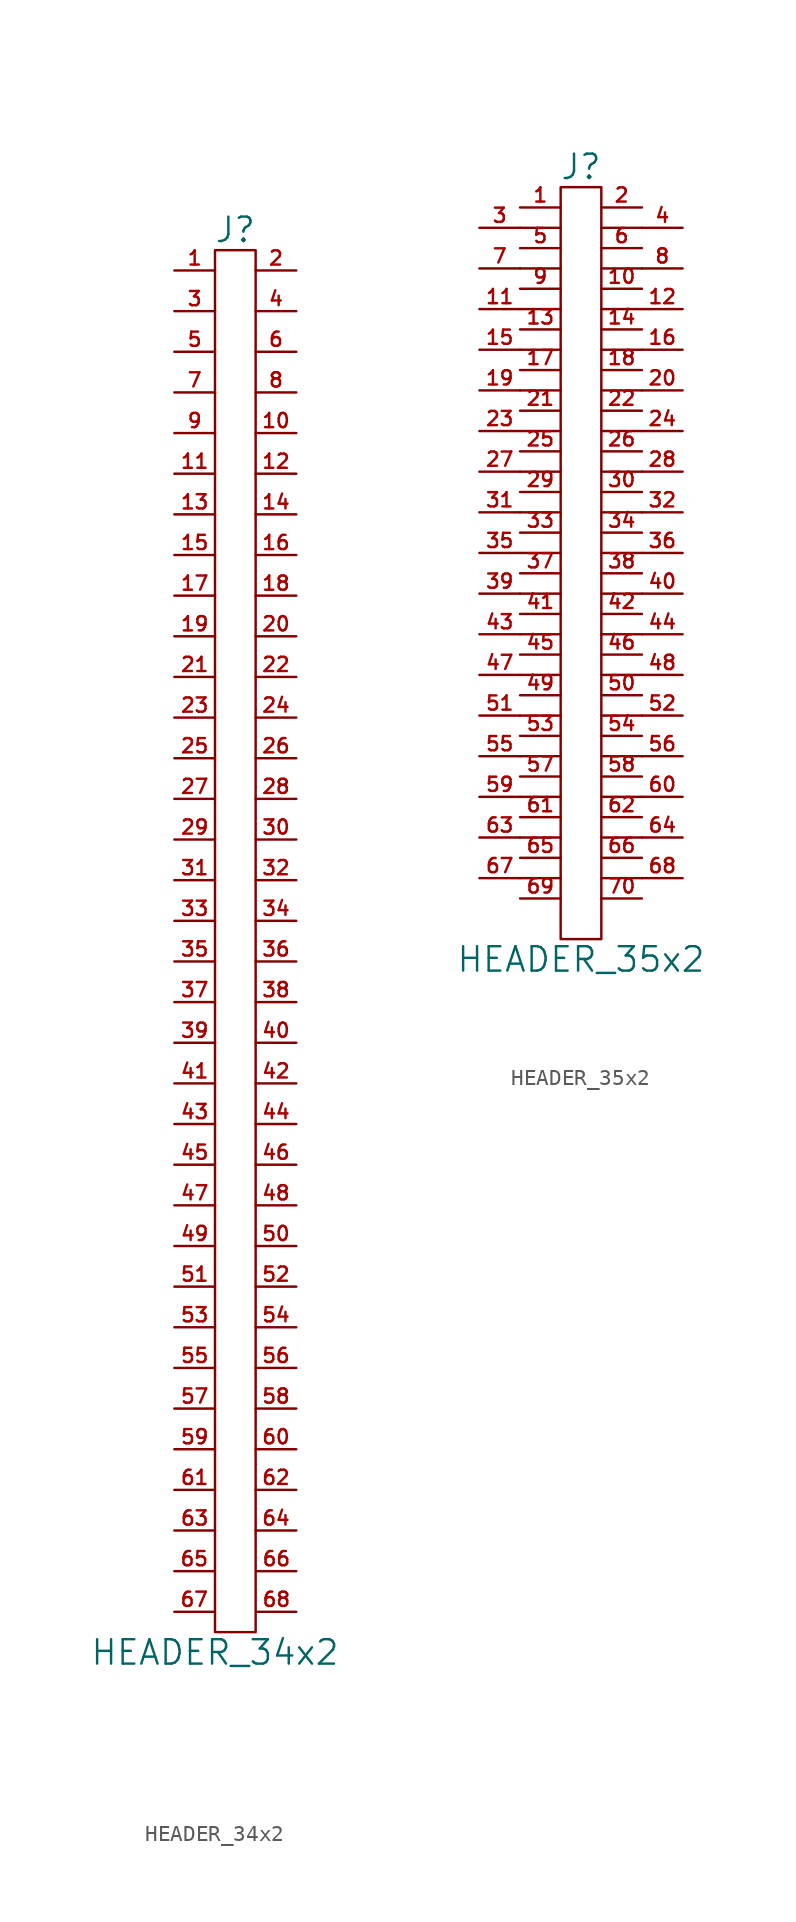
<source format=kicad_sym>
(kicad_symbol_lib
  (version 20220914)
  (generator kicad_symbol_editor)
  (symbol "HEADER_34x2"
    (pin_names
      (offset 0))
    (property "Reference" "J"
      (at 0 44.45 0)
      (effects (font (size 1.524 1.524))))
    (property "Value" "HEADER_34x2"
      (at -1.27 -44.45 0)
      (effects (font (size 1.524 1.524))))
    (property "Footprint" ""
      (at 0 0 0)
      (effects (font (size 1.524 1.524))))
    (property "Datasheet" ""
      (at 0 0 0)
      (effects (font (size 1.524 1.524))))
    (symbol "HEADER_34x2_0_1"
      (rectangle (start 1.27 -43.18) (end -1.27 43.18) (stroke (width 0) (type solid)) (fill (type none))))
    (symbol "HEADER_34x2_1_1"
      (pin passive line (at -3.81 41.91 0) (length 2.54) (name "~" (effects (font (size 1.27 1.27)))) (number "1" (effects (font (size 0.889 0.889)))))
      (pin passive line (at 3.81 31.75 180) (length 2.54) (name "~" (effects (font (size 1.27 1.27)))) (number "10" (effects (font (size 0.889 0.889)))))
      (pin passive line (at -3.81 29.21 0) (length 2.54) (name "~" (effects (font (size 1.27 1.27)))) (number "11" (effects (font (size 0.889 0.889)))))
      (pin passive line (at 3.81 29.21 180) (length 2.54) (name "~" (effects (font (size 1.27 1.27)))) (number "12" (effects (font (size 0.889 0.889)))))
      (pin passive line (at -3.81 26.67 0) (length 2.54) (name "~" (effects (font (size 1.27 1.27)))) (number "13" (effects (font (size 0.889 0.889)))))
      (pin passive line (at 3.81 26.67 180) (length 2.54) (name "~" (effects (font (size 1.27 1.27)))) (number "14" (effects (font (size 0.889 0.889)))))
      (pin passive line (at -3.81 24.13 0) (length 2.54) (name "~" (effects (font (size 1.27 1.27)))) (number "15" (effects (font (size 0.889 0.889)))))
      (pin passive line (at 3.81 24.13 180) (length 2.54) (name "~" (effects (font (size 1.27 1.27)))) (number "16" (effects (font (size 0.889 0.889)))))
      (pin passive line (at -3.81 21.59 0) (length 2.54) (name "~" (effects (font (size 1.27 1.27)))) (number "17" (effects (font (size 0.889 0.889)))))
      (pin passive line (at 3.81 21.59 180) (length 2.54) (name "~" (effects (font (size 1.27 1.27)))) (number "18" (effects (font (size 0.889 0.889)))))
      (pin passive line (at -3.81 19.05 0) (length 2.54) (name "~" (effects (font (size 1.27 1.27)))) (number "19" (effects (font (size 0.889 0.889)))))
      (pin passive line (at 3.81 41.91 180) (length 2.54) (name "~" (effects (font (size 1.27 1.27)))) (number "2" (effects (font (size 0.889 0.889)))))
      (pin passive line (at 3.81 19.05 180) (length 2.54) (name "~" (effects (font (size 1.27 1.27)))) (number "20" (effects (font (size 0.889 0.889)))))
      (pin passive line (at -3.81 16.51 0) (length 2.54) (name "~" (effects (font (size 1.27 1.27)))) (number "21" (effects (font (size 0.889 0.889)))))
      (pin passive line (at 3.81 16.51 180) (length 2.54) (name "~" (effects (font (size 1.27 1.27)))) (number "22" (effects (font (size 0.889 0.889)))))
      (pin passive line (at -3.81 13.97 0) (length 2.54) (name "~" (effects (font (size 1.27 1.27)))) (number "23" (effects (font (size 0.889 0.889)))))
      (pin passive line (at 3.81 13.97 180) (length 2.54) (name "~" (effects (font (size 1.27 1.27)))) (number "24" (effects (font (size 0.889 0.889)))))
      (pin passive line (at -3.81 11.43 0) (length 2.54) (name "~" (effects (font (size 1.27 1.27)))) (number "25" (effects (font (size 0.889 0.889)))))
      (pin passive line (at 3.81 11.43 180) (length 2.54) (name "~" (effects (font (size 1.27 1.27)))) (number "26" (effects (font (size 0.889 0.889)))))
      (pin passive line (at -3.81 8.89 0) (length 2.54) (name "~" (effects (font (size 1.27 1.27)))) (number "27" (effects (font (size 0.889 0.889)))))
      (pin passive line (at 3.81 8.89 180) (length 2.54) (name "~" (effects (font (size 1.27 1.27)))) (number "28" (effects (font (size 0.889 0.889)))))
      (pin passive line (at -3.81 6.35 0) (length 2.54) (name "~" (effects (font (size 1.27 1.27)))) (number "29" (effects (font (size 0.889 0.889)))))
      (pin passive line (at -3.81 39.37 0) (length 2.54) (name "~" (effects (font (size 1.27 1.27)))) (number "3" (effects (font (size 0.889 0.889)))))
      (pin passive line (at 3.81 6.35 180) (length 2.54) (name "~" (effects (font (size 1.27 1.27)))) (number "30" (effects (font (size 0.889 0.889)))))
      (pin passive line (at -3.81 3.81 0) (length 2.54) (name "~" (effects (font (size 1.27 1.27)))) (number "31" (effects (font (size 0.889 0.889)))))
      (pin passive line (at 3.81 3.81 180) (length 2.54) (name "~" (effects (font (size 1.27 1.27)))) (number "32" (effects (font (size 0.889 0.889)))))
      (pin passive line (at -3.81 1.27 0) (length 2.54) (name "~" (effects (font (size 1.27 1.27)))) (number "33" (effects (font (size 0.889 0.889)))))
      (pin passive line (at 3.81 1.27 180) (length 2.54) (name "~" (effects (font (size 1.27 1.27)))) (number "34" (effects (font (size 0.889 0.889)))))
      (pin passive line (at -3.81 -1.27 0) (length 2.54) (name "~" (effects (font (size 1.27 1.27)))) (number "35" (effects (font (size 0.889 0.889)))))
      (pin passive line (at 3.81 -1.27 180) (length 2.54) (name "~" (effects (font (size 1.27 1.27)))) (number "36" (effects (font (size 0.889 0.889)))))
      (pin passive line (at -3.81 -3.81 0) (length 2.54) (name "~" (effects (font (size 1.27 1.27)))) (number "37" (effects (font (size 0.889 0.889)))))
      (pin passive line (at 3.81 -3.81 180) (length 2.54) (name "~" (effects (font (size 1.27 1.27)))) (number "38" (effects (font (size 0.889 0.889)))))
      (pin passive line (at -3.81 -6.35 0) (length 2.54) (name "~" (effects (font (size 1.27 1.27)))) (number "39" (effects (font (size 0.889 0.889)))))
      (pin passive line (at 3.81 39.37 180) (length 2.54) (name "~" (effects (font (size 1.27 1.27)))) (number "4" (effects (font (size 0.889 0.889)))))
      (pin passive line (at 3.81 -6.35 180) (length 2.54) (name "~" (effects (font (size 1.27 1.27)))) (number "40" (effects (font (size 0.889 0.889)))))
      (pin passive line (at -3.81 -8.89 0) (length 2.54) (name "~" (effects (font (size 1.27 1.27)))) (number "41" (effects (font (size 0.889 0.889)))))
      (pin passive line (at 3.81 -8.89 180) (length 2.54) (name "~" (effects (font (size 1.27 1.27)))) (number "42" (effects (font (size 0.889 0.889)))))
      (pin passive line (at -3.81 -11.43 0) (length 2.54) (name "~" (effects (font (size 1.27 1.27)))) (number "43" (effects (font (size 0.889 0.889)))))
      (pin passive line (at 3.81 -11.43 180) (length 2.54) (name "~" (effects (font (size 1.27 1.27)))) (number "44" (effects (font (size 0.889 0.889)))))
      (pin passive line (at -3.81 -13.97 0) (length 2.54) (name "~" (effects (font (size 1.27 1.27)))) (number "45" (effects (font (size 0.889 0.889)))))
      (pin passive line (at 3.81 -13.97 180) (length 2.54) (name "~" (effects (font (size 1.27 1.27)))) (number "46" (effects (font (size 0.889 0.889)))))
      (pin passive line (at -3.81 -16.51 0) (length 2.54) (name "~" (effects (font (size 1.27 1.27)))) (number "47" (effects (font (size 0.889 0.889)))))
      (pin passive line (at 3.81 -16.51 180) (length 2.54) (name "~" (effects (font (size 1.27 1.27)))) (number "48" (effects (font (size 0.889 0.889)))))
      (pin passive line (at -3.81 -19.05 0) (length 2.54) (name "~" (effects (font (size 1.27 1.27)))) (number "49" (effects (font (size 0.889 0.889)))))
      (pin passive line (at -3.81 36.83 0) (length 2.54) (name "~" (effects (font (size 1.27 1.27)))) (number "5" (effects (font (size 0.889 0.889)))))
      (pin passive line (at 3.81 -19.05 180) (length 2.54) (name "~" (effects (font (size 1.27 1.27)))) (number "50" (effects (font (size 0.889 0.889)))))
      (pin passive line (at -3.81 -21.59 0) (length 2.54) (name "~" (effects (font (size 1.27 1.27)))) (number "51" (effects (font (size 0.889 0.889)))))
      (pin passive line (at 3.81 -21.59 180) (length 2.54) (name "~" (effects (font (size 1.27 1.27)))) (number "52" (effects (font (size 0.889 0.889)))))
      (pin passive line (at -3.81 -24.13 0) (length 2.54) (name "~" (effects (font (size 1.27 1.27)))) (number "53" (effects (font (size 0.889 0.889)))))
      (pin passive line (at 3.81 -24.13 180) (length 2.54) (name "~" (effects (font (size 1.27 1.27)))) (number "54" (effects (font (size 0.889 0.889)))))
      (pin passive line (at -3.81 -26.67 0) (length 2.54) (name "~" (effects (font (size 1.27 1.27)))) (number "55" (effects (font (size 0.889 0.889)))))
      (pin passive line (at 3.81 -26.67 180) (length 2.54) (name "~" (effects (font (size 1.27 1.27)))) (number "56" (effects (font (size 0.889 0.889)))))
      (pin passive line (at -3.81 -29.21 0) (length 2.54) (name "~" (effects (font (size 1.27 1.27)))) (number "57" (effects (font (size 0.889 0.889)))))
      (pin passive line (at 3.81 -29.21 180) (length 2.54) (name "~" (effects (font (size 1.27 1.27)))) (number "58" (effects (font (size 0.889 0.889)))))
      (pin passive line (at -3.81 -31.75 0) (length 2.54) (name "~" (effects (font (size 1.27 1.27)))) (number "59" (effects (font (size 0.889 0.889)))))
      (pin passive line (at 3.81 36.83 180) (length 2.54) (name "~" (effects (font (size 1.27 1.27)))) (number "6" (effects (font (size 0.889 0.889)))))
      (pin passive line (at 3.81 -31.75 180) (length 2.54) (name "~" (effects (font (size 1.27 1.27)))) (number "60" (effects (font (size 0.889 0.889)))))
      (pin passive line (at -3.81 -34.29 0) (length 2.54) (name "~" (effects (font (size 1.27 1.27)))) (number "61" (effects (font (size 0.889 0.889)))))
      (pin passive line (at 3.81 -34.29 180) (length 2.54) (name "~" (effects (font (size 1.27 1.27)))) (number "62" (effects (font (size 0.889 0.889)))))
      (pin passive line (at -3.81 -36.83 0) (length 2.54) (name "~" (effects (font (size 0.889 0.889)))) (number "63" (effects (font (size 0.889 0.889)))))
      (pin passive line (at 3.81 -36.83 180) (length 2.54) (name "~" (effects (font (size 1.27 1.27)))) (number "64" (effects (font (size 0.889 0.889)))))
      (pin passive line (at -3.81 -39.37 0) (length 2.489) (name "~" (effects (font (size 0.508 0.508)))) (number "65" (effects (font (size 0.889 0.889)))))
      (pin passive line (at 3.81 -39.37 180) (length 2.489) (name "~" (effects (font (size 0.508 0.508)))) (number "66" (effects (font (size 0.889 0.889)))))
      (pin passive line (at -3.81 -41.91 0) (length 2.489) (name "~" (effects (font (size 0.508 0.508)))) (number "67" (effects (font (size 0.889 0.889)))))
      (pin passive line (at 3.81 -41.91 180) (length 2.489) (name "~" (effects (font (size 0.508 0.508)))) (number "68" (effects (font (size 0.889 0.889)))))
      (pin passive line (at -3.81 34.29 0) (length 2.54) (name "~" (effects (font (size 1.27 1.27)))) (number "7" (effects (font (size 0.889 0.889)))))
      (pin passive line (at 3.81 34.29 180) (length 2.54) (name "~" (effects (font (size 1.27 1.27)))) (number "8" (effects (font (size 0.889 0.889)))))
      (pin passive line (at -3.81 31.75 0) (length 2.54) (name "~" (effects (font (size 1.27 1.27)))) (number "9" (effects (font (size 0.889 0.889)))))))
  (symbol "HEADER_35x2"
    (pin_names
      (offset 0))
    (property "Reference" "J"
      (at 0 24.13 0)
      (effects (font (size 1.524 1.524))))
    (property "Value" "HEADER_35x2"
      (at 0 -25.4 0)
      (effects (font (size 1.524 1.524))))
    (property "Footprint" ""
      (at 0 -2.54 0)
      (effects (font (size 1.524 1.524))))
    (property "Datasheet" ""
      (at 0 0 0)
      (effects (font (size 1.524 1.524))))
    (symbol "HEADER_35x2_0_1"
      (polyline (pts (xy -3.81 -20.32) (xy -1.27 -20.32)) (stroke (width 0) (type solid)) (fill (type none)))
      (polyline (pts (xy -3.81 -17.78) (xy -1.27 -17.78)) (stroke (width 0) (type solid)) (fill (type none)))
      (polyline (pts (xy -3.81 -15.24) (xy -1.27 -15.24)) (stroke (width 0) (type solid)) (fill (type none)))
      (polyline (pts (xy -3.81 -12.7) (xy -1.27 -12.7)) (stroke (width 0) (type solid)) (fill (type none)))
      (polyline (pts (xy -3.81 -10.16) (xy -1.27 -10.16)) (stroke (width 0) (type solid)) (fill (type none)))
      (polyline (pts (xy -3.81 -7.62) (xy -1.27 -7.62)) (stroke (width 0) (type solid)) (fill (type none)))
      (polyline (pts (xy -3.81 -5.08) (xy -1.27 -5.08)) (stroke (width 0) (type solid)) (fill (type none)))
      (polyline (pts (xy -3.81 -2.54) (xy -1.27 -2.54)) (stroke (width 0) (type solid)) (fill (type none)))
      (polyline (pts (xy -3.81 0) (xy -1.27 0)) (stroke (width 0) (type solid)) (fill (type none)))
      (polyline (pts (xy -3.81 2.54) (xy -1.27 2.54)) (stroke (width 0) (type solid)) (fill (type none)))
      (polyline (pts (xy -3.81 5.08) (xy -1.27 5.08)) (stroke (width 0) (type solid)) (fill (type none)))
      (polyline (pts (xy -3.81 7.62) (xy -1.27 7.62)) (stroke (width 0) (type solid)) (fill (type none)))
      (polyline (pts (xy -3.81 10.16) (xy -1.27 10.16)) (stroke (width 0) (type solid)) (fill (type none)))
      (polyline (pts (xy -3.81 12.7) (xy -1.27 12.7)) (stroke (width 0) (type solid)) (fill (type none)))
      (polyline (pts (xy -3.81 15.24) (xy -1.27 15.24)) (stroke (width 0) (type solid)) (fill (type none)))
      (polyline (pts (xy -3.81 17.78) (xy -1.27 17.78)) (stroke (width 0) (type solid)) (fill (type none)))
      (polyline (pts (xy -3.81 20.32) (xy -1.27 20.32)) (stroke (width 0) (type solid)) (fill (type none)))
      (polyline (pts (xy 1.27 -20.32) (xy 3.81 -20.32)) (stroke (width 0) (type solid)) (fill (type none)))
      (polyline (pts (xy 1.27 -17.78) (xy 3.81 -17.78)) (stroke (width 0) (type solid)) (fill (type none)))
      (polyline (pts (xy 1.27 -15.24) (xy 3.81 -15.24)) (stroke (width 0) (type solid)) (fill (type none)))
      (polyline (pts (xy 1.27 -12.7) (xy 3.81 -12.7)) (stroke (width 0) (type solid)) (fill (type none)))
      (polyline (pts (xy 1.27 -10.16) (xy 3.81 -10.16)) (stroke (width 0) (type solid)) (fill (type none)))
      (polyline (pts (xy 1.27 -7.62) (xy 3.81 -7.62)) (stroke (width 0) (type solid)) (fill (type none)))
      (polyline (pts (xy 1.27 -5.08) (xy 3.81 -5.08)) (stroke (width 0) (type solid)) (fill (type none)))
      (polyline (pts (xy 1.27 -2.54) (xy 3.81 -2.54)) (stroke (width 0) (type solid)) (fill (type none)))
      (polyline (pts (xy 1.27 0) (xy 3.81 0)) (stroke (width 0) (type solid)) (fill (type none)))
      (polyline (pts (xy 1.27 2.54) (xy 3.81 2.54)) (stroke (width 0) (type solid)) (fill (type none)))
      (polyline (pts (xy 1.27 5.08) (xy 3.81 5.08)) (stroke (width 0) (type solid)) (fill (type none)))
      (polyline (pts (xy 1.27 7.62) (xy 3.81 7.62)) (stroke (width 0) (type solid)) (fill (type none)))
      (polyline (pts (xy 1.27 10.16) (xy 3.81 10.16)) (stroke (width 0) (type solid)) (fill (type none)))
      (polyline (pts (xy 1.27 12.7) (xy 3.81 12.7)) (stroke (width 0) (type solid)) (fill (type none)))
      (polyline (pts (xy 1.27 15.24) (xy 3.81 15.24)) (stroke (width 0) (type solid)) (fill (type none)))
      (polyline (pts (xy 1.27 17.78) (xy 3.81 17.78)) (stroke (width 0) (type solid)) (fill (type none)))
      (polyline (pts (xy 1.27 20.32) (xy 3.81 20.32)) (stroke (width 0) (type solid)) (fill (type none)))
      (rectangle (start 1.27 -24.13) (end -1.27 22.86) (stroke (width 0) (type solid)) (fill (type none))))
    (symbol "HEADER_35x2_1_1"
      (pin passive line (at -3.81 21.59 0) (length 2.54) (name "~" (effects (font (size 1.27 1.27)))) (number "1" (effects (font (size 0.889 0.889)))))
      (pin passive line (at 3.81 16.51 180) (length 2.54) (name "~" (effects (font (size 1.27 1.27)))) (number "10" (effects (font (size 0.889 0.889)))))
      (pin passive line (at -6.35 15.24 0) (length 2.54) (name "~" (effects (font (size 1.27 1.27)))) (number "11" (effects (font (size 0.889 0.889)))))
      (pin passive line (at 6.35 15.24 180) (length 2.54) (name "~" (effects (font (size 1.27 1.27)))) (number "12" (effects (font (size 0.889 0.889)))))
      (pin passive line (at -3.81 13.97 0) (length 2.54) (name "~" (effects (font (size 1.27 1.27)))) (number "13" (effects (font (size 0.889 0.889)))))
      (pin passive line (at 3.81 13.97 180) (length 2.54) (name "~" (effects (font (size 1.27 1.27)))) (number "14" (effects (font (size 0.889 0.889)))))
      (pin passive line (at -6.35 12.7 0) (length 2.54) (name "~" (effects (font (size 1.27 1.27)))) (number "15" (effects (font (size 0.889 0.889)))))
      (pin passive line (at 6.35 12.7 180) (length 2.54) (name "~" (effects (font (size 1.27 1.27)))) (number "16" (effects (font (size 0.889 0.889)))))
      (pin passive line (at -3.81 11.43 0) (length 2.54) (name "~" (effects (font (size 1.27 1.27)))) (number "17" (effects (font (size 0.889 0.889)))))
      (pin passive line (at 3.81 11.43 180) (length 2.54) (name "~" (effects (font (size 1.27 1.27)))) (number "18" (effects (font (size 0.889 0.889)))))
      (pin passive line (at -6.35 10.16 0) (length 2.54) (name "~" (effects (font (size 1.27 1.27)))) (number "19" (effects (font (size 0.889 0.889)))))
      (pin passive line (at 3.81 21.59 180) (length 2.54) (name "~" (effects (font (size 1.27 1.27)))) (number "2" (effects (font (size 0.889 0.889)))))
      (pin passive line (at 6.35 10.16 180) (length 2.54) (name "~" (effects (font (size 1.27 1.27)))) (number "20" (effects (font (size 0.889 0.889)))))
      (pin passive line (at -3.81 8.89 0) (length 2.54) (name "~" (effects (font (size 1.27 1.27)))) (number "21" (effects (font (size 0.889 0.889)))))
      (pin passive line (at 3.81 8.89 180) (length 2.54) (name "~" (effects (font (size 1.27 1.27)))) (number "22" (effects (font (size 0.889 0.889)))))
      (pin passive line (at -6.35 7.62 0) (length 2.54) (name "~" (effects (font (size 1.27 1.27)))) (number "23" (effects (font (size 0.889 0.889)))))
      (pin passive line (at 6.35 7.62 180) (length 2.54) (name "~" (effects (font (size 1.27 1.27)))) (number "24" (effects (font (size 0.889 0.889)))))
      (pin passive line (at -3.81 6.35 0) (length 2.54) (name "~" (effects (font (size 1.27 1.27)))) (number "25" (effects (font (size 0.889 0.889)))))
      (pin passive line (at 3.81 6.35 180) (length 2.54) (name "~" (effects (font (size 1.27 1.27)))) (number "26" (effects (font (size 0.889 0.889)))))
      (pin passive line (at -6.35 5.08 0) (length 2.54) (name "~" (effects (font (size 1.27 1.27)))) (number "27" (effects (font (size 0.889 0.889)))))
      (pin passive line (at 6.35 5.08 180) (length 2.54) (name "~" (effects (font (size 1.27 1.27)))) (number "28" (effects (font (size 0.889 0.889)))))
      (pin passive line (at -3.81 3.81 0) (length 2.54) (name "~" (effects (font (size 1.27 1.27)))) (number "29" (effects (font (size 0.889 0.889)))))
      (pin passive line (at -6.35 20.32 0) (length 2.54) (name "~" (effects (font (size 1.27 1.27)))) (number "3" (effects (font (size 0.889 0.889)))))
      (pin passive line (at 3.81 3.81 180) (length 2.54) (name "~" (effects (font (size 1.27 1.27)))) (number "30" (effects (font (size 0.889 0.889)))))
      (pin passive line (at -6.35 2.54 0) (length 2.54) (name "~" (effects (font (size 1.27 1.27)))) (number "31" (effects (font (size 0.889 0.889)))))
      (pin passive line (at 6.35 2.54 180) (length 2.54) (name "~" (effects (font (size 1.27 1.27)))) (number "32" (effects (font (size 0.889 0.889)))))
      (pin passive line (at -3.81 1.27 0) (length 2.54) (name "~" (effects (font (size 1.27 1.27)))) (number "33" (effects (font (size 0.889 0.889)))))
      (pin passive line (at 3.81 1.27 180) (length 2.54) (name "~" (effects (font (size 1.27 1.27)))) (number "34" (effects (font (size 0.889 0.889)))))
      (pin passive line (at -6.35 0 0) (length 2.54) (name "~" (effects (font (size 1.27 1.27)))) (number "35" (effects (font (size 0.889 0.889)))))
      (pin passive line (at 6.35 0 180) (length 2.54) (name "~" (effects (font (size 1.27 1.27)))) (number "36" (effects (font (size 0.889 0.889)))))
      (pin passive line (at -3.81 -1.27 0) (length 2.54) (name "~" (effects (font (size 0.889 0.889)))) (number "37" (effects (font (size 0.889 0.889)))))
      (pin passive line (at 3.81 -1.27 180) (length 2.54) (name "~" (effects (font (size 1.27 1.27)))) (number "38" (effects (font (size 0.889 0.889)))))
      (pin passive line (at -6.35 -2.54 0) (length 2.54) (name "~" (effects (font (size 1.27 1.27)))) (number "39" (effects (font (size 0.889 0.889)))))
      (pin passive line (at 6.35 20.32 180) (length 2.54) (name "~" (effects (font (size 1.27 1.27)))) (number "4" (effects (font (size 0.889 0.889)))))
      (pin passive line (at 6.35 -2.54 180) (length 2.54) (name "~" (effects (font (size 1.27 1.27)))) (number "40" (effects (font (size 0.889 0.889)))))
      (pin passive line (at -3.81 -3.81 0) (length 2.54) (name "~" (effects (font (size 1.27 1.27)))) (number "41" (effects (font (size 0.889 0.889)))))
      (pin passive line (at 3.81 -3.81 180) (length 2.54) (name "~" (effects (font (size 1.27 1.27)))) (number "42" (effects (font (size 0.889 0.889)))))
      (pin passive line (at -6.35 -5.08 0) (length 2.54) (name "~" (effects (font (size 1.27 1.27)))) (number "43" (effects (font (size 0.889 0.889)))))
      (pin passive line (at 6.35 -5.08 180) (length 2.54) (name "~" (effects (font (size 1.27 1.27)))) (number "44" (effects (font (size 0.889 0.889)))))
      (pin passive line (at -3.81 -6.35 0) (length 2.54) (name "~" (effects (font (size 1.27 1.27)))) (number "45" (effects (font (size 0.889 0.889)))))
      (pin passive line (at 3.81 -6.35 180) (length 2.54) (name "~" (effects (font (size 1.27 1.27)))) (number "46" (effects (font (size 0.889 0.889)))))
      (pin passive line (at -6.35 -7.62 0) (length 2.54) (name "~" (effects (font (size 1.27 1.27)))) (number "47" (effects (font (size 0.889 0.889)))))
      (pin passive line (at 6.35 -7.62 180) (length 2.54) (name "~" (effects (font (size 1.27 1.27)))) (number "48" (effects (font (size 0.889 0.889)))))
      (pin passive line (at -3.81 -8.89 0) (length 2.54) (name "~" (effects (font (size 1.27 1.27)))) (number "49" (effects (font (size 0.889 0.889)))))
      (pin passive line (at -3.81 19.05 0) (length 2.54) (name "~" (effects (font (size 1.27 1.27)))) (number "5" (effects (font (size 0.889 0.889)))))
      (pin passive line (at 3.81 -8.89 180) (length 2.54) (name "~" (effects (font (size 1.27 1.27)))) (number "50" (effects (font (size 0.889 0.889)))))
      (pin passive line (at -6.35 -10.16 0) (length 2.54) (name "~" (effects (font (size 1.27 1.27)))) (number "51" (effects (font (size 0.889 0.889)))))
      (pin passive line (at 6.35 -10.16 180) (length 2.54) (name "~" (effects (font (size 1.27 1.27)))) (number "52" (effects (font (size 0.889 0.889)))))
      (pin passive line (at -3.81 -11.43 0) (length 2.54) (name "~" (effects (font (size 1.27 1.27)))) (number "53" (effects (font (size 0.889 0.889)))))
      (pin passive line (at 3.81 -11.43 180) (length 2.54) (name "~" (effects (font (size 1.27 1.27)))) (number "54" (effects (font (size 0.889 0.889)))))
      (pin passive line (at -6.35 -12.7 0) (length 2.54) (name "~" (effects (font (size 1.27 1.27)))) (number "55" (effects (font (size 0.889 0.889)))))
      (pin passive line (at 6.35 -12.7 180) (length 2.54) (name "~" (effects (font (size 1.27 1.27)))) (number "56" (effects (font (size 0.889 0.889)))))
      (pin passive line (at -3.81 -13.97 0) (length 2.54) (name "~" (effects (font (size 1.27 1.27)))) (number "57" (effects (font (size 0.889 0.889)))))
      (pin passive line (at 3.81 -13.97 180) (length 2.54) (name "~" (effects (font (size 1.27 1.27)))) (number "58" (effects (font (size 0.889 0.889)))))
      (pin passive line (at -6.35 -15.24 0) (length 2.54) (name "~" (effects (font (size 1.27 1.27)))) (number "59" (effects (font (size 0.889 0.889)))))
      (pin passive line (at 3.81 19.05 180) (length 2.54) (name "~" (effects (font (size 1.27 1.27)))) (number "6" (effects (font (size 0.889 0.889)))))
      (pin passive line (at 6.35 -15.24 180) (length 2.54) (name "~" (effects (font (size 1.27 1.27)))) (number "60" (effects (font (size 0.889 0.889)))))
      (pin passive line (at -3.81 -16.51 0) (length 2.54) (name "~" (effects (font (size 1.27 1.27)))) (number "61" (effects (font (size 0.889 0.889)))))
      (pin passive line (at 3.81 -16.51 180) (length 2.54) (name "~" (effects (font (size 1.27 1.27)))) (number "62" (effects (font (size 0.889 0.889)))))
      (pin passive line (at -6.35 -17.78 0) (length 2.54) (name "~" (effects (font (size 1.27 1.27)))) (number "63" (effects (font (size 0.889 0.889)))))
      (pin passive line (at 6.35 -17.78 180) (length 2.54) (name "~" (effects (font (size 1.27 1.27)))) (number "64" (effects (font (size 0.889 0.889)))))
      (pin passive line (at -3.81 -19.05 0) (length 2.54) (name "~" (effects (font (size 1.27 1.27)))) (number "65" (effects (font (size 0.889 0.889)))))
      (pin passive line (at 3.81 -19.05 180) (length 2.54) (name "~" (effects (font (size 1.27 1.27)))) (number "66" (effects (font (size 0.889 0.889)))))
      (pin passive line (at -6.35 -20.32 0) (length 2.54) (name "~" (effects (font (size 1.27 1.27)))) (number "67" (effects (font (size 0.889 0.889)))))
      (pin passive line (at 6.35 -20.32 180) (length 2.54) (name "~" (effects (font (size 1.27 1.27)))) (number "68" (effects (font (size 0.889 0.889)))))
      (pin passive line (at -3.81 -21.59 0) (length 2.54) (name "~" (effects (font (size 1.27 1.27)))) (number "69" (effects (font (size 0.889 0.889)))))
      (pin passive line (at -6.35 17.78 0) (length 2.54) (name "~" (effects (font (size 1.27 1.27)))) (number "7" (effects (font (size 0.889 0.889)))))
      (pin passive line (at 3.81 -21.59 180) (length 2.54) (name "~" (effects (font (size 1.27 1.27)))) (number "70" (effects (font (size 0.889 0.889)))))
      (pin passive line (at 6.35 17.78 180) (length 2.54) (name "~" (effects (font (size 1.27 1.27)))) (number "8" (effects (font (size 0.889 0.889)))))
      (pin passive line (at -3.81 16.51 0) (length 2.54) (name "~" (effects (font (size 1.27 1.27)))) (number "9" (effects (font (size 0.889 0.889))))))))
</source>
